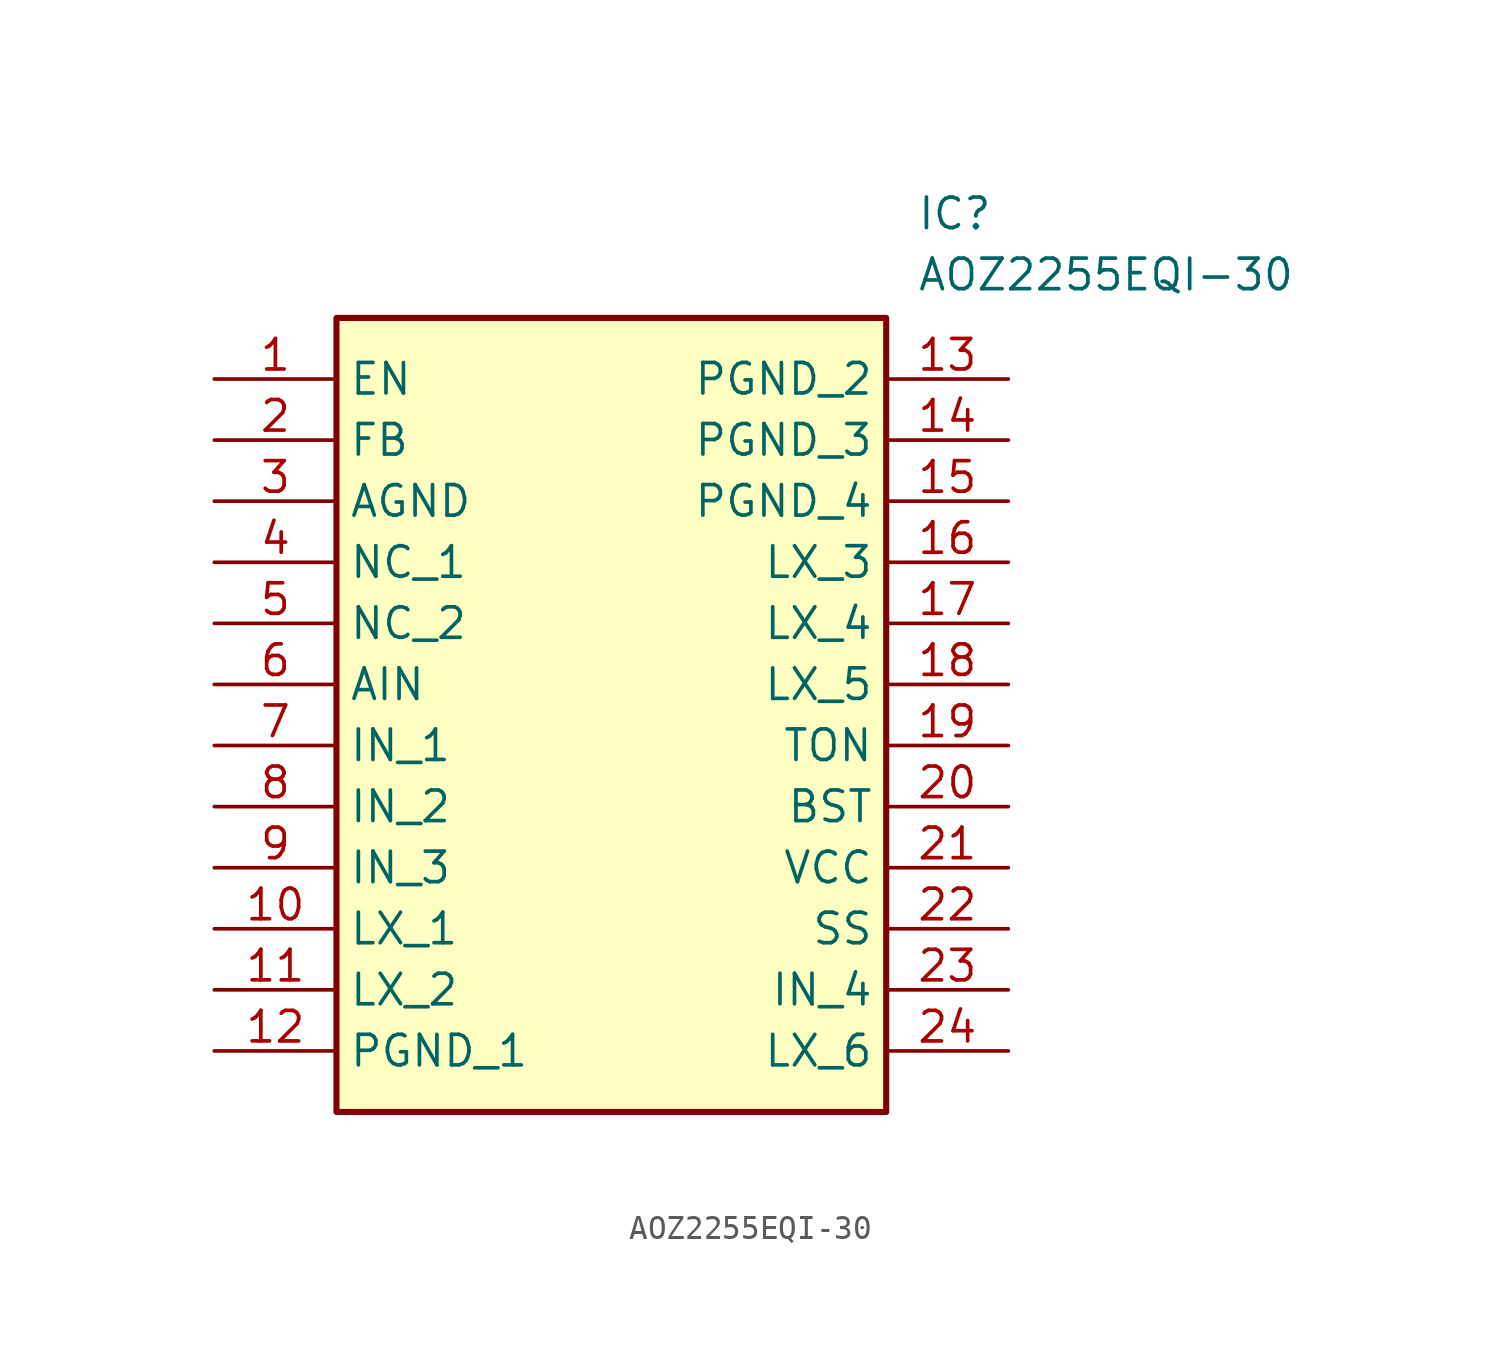
<source format=kicad_sym>
(kicad_symbol_lib
  (version 20211014)
  (generator SamacSys_ECAD_Model)
  (symbol "AOZ2255EQI-30"
    (property "Reference" "IC"
      (at 29.21 7.62 0)
      (effects (font (size 1.27 1.27)) (justify left top)))
    (property "Value" "AOZ2255EQI-30"
      (at 29.21 5.08 0)
      (effects (font (size 1.27 1.27)) (justify left top)))
    (rectangle
      (start 5.08 2.54)
      (end 27.94 -30.48)
      (stroke (width 0.254) (type default))
      (fill (type background)))
    (pin passive line
      (at 0 0 0)
      (length 5.08)
      (name "EN" (effects (font (size 1.27 1.27))))
      (number "1" (effects (font (size 1.27 1.27)))))
    (pin passive line
      (at 0 -2.54 0)
      (length 5.08)
      (name "FB" (effects (font (size 1.27 1.27))))
      (number "2" (effects (font (size 1.27 1.27)))))
    (pin passive line
      (at 0 -5.08 0)
      (length 5.08)
      (name "AGND" (effects (font (size 1.27 1.27))))
      (number "3" (effects (font (size 1.27 1.27)))))
    (pin passive line
      (at 0 -7.62 0)
      (length 5.08)
      (name "NC_1" (effects (font (size 1.27 1.27))))
      (number "4" (effects (font (size 1.27 1.27)))))
    (pin passive line
      (at 0 -10.16 0)
      (length 5.08)
      (name "NC_2" (effects (font (size 1.27 1.27))))
      (number "5" (effects (font (size 1.27 1.27)))))
    (pin passive line
      (at 0 -12.7 0)
      (length 5.08)
      (name "AIN" (effects (font (size 1.27 1.27))))
      (number "6" (effects (font (size 1.27 1.27)))))
    (pin passive line
      (at 0 -15.24 0)
      (length 5.08)
      (name "IN_1" (effects (font (size 1.27 1.27))))
      (number "7" (effects (font (size 1.27 1.27)))))
    (pin passive line
      (at 0 -17.78 0)
      (length 5.08)
      (name "IN_2" (effects (font (size 1.27 1.27))))
      (number "8" (effects (font (size 1.27 1.27)))))
    (pin passive line
      (at 0 -20.32 0)
      (length 5.08)
      (name "IN_3" (effects (font (size 1.27 1.27))))
      (number "9" (effects (font (size 1.27 1.27)))))
    (pin passive line
      (at 0 -22.86 0)
      (length 5.08)
      (name "LX_1" (effects (font (size 1.27 1.27))))
      (number "10" (effects (font (size 1.27 1.27)))))
    (pin passive line
      (at 0 -25.4 0)
      (length 5.08)
      (name "LX_2" (effects (font (size 1.27 1.27))))
      (number "11" (effects (font (size 1.27 1.27)))))
    (pin passive line
      (at 0 -27.94 0)
      (length 5.08)
      (name "PGND_1" (effects (font (size 1.27 1.27))))
      (number "12" (effects (font (size 1.27 1.27)))))
    (pin passive line
      (at 33.02 0 180)
      (length 5.08)
      (name "PGND_2" (effects (font (size 1.27 1.27))))
      (number "13" (effects (font (size 1.27 1.27)))))
    (pin passive line
      (at 33.02 -2.54 180)
      (length 5.08)
      (name "PGND_3" (effects (font (size 1.27 1.27))))
      (number "14" (effects (font (size 1.27 1.27)))))
    (pin passive line
      (at 33.02 -5.08 180)
      (length 5.08)
      (name "PGND_4" (effects (font (size 1.27 1.27))))
      (number "15" (effects (font (size 1.27 1.27)))))
    (pin passive line
      (at 33.02 -7.62 180)
      (length 5.08)
      (name "LX_3" (effects (font (size 1.27 1.27))))
      (number "16" (effects (font (size 1.27 1.27)))))
    (pin passive line
      (at 33.02 -10.16 180)
      (length 5.08)
      (name "LX_4" (effects (font (size 1.27 1.27))))
      (number "17" (effects (font (size 1.27 1.27)))))
    (pin passive line
      (at 33.02 -12.7 180)
      (length 5.08)
      (name "LX_5" (effects (font (size 1.27 1.27))))
      (number "18" (effects (font (size 1.27 1.27)))))
    (pin passive line
      (at 33.02 -15.24 180)
      (length 5.08)
      (name "TON" (effects (font (size 1.27 1.27))))
      (number "19" (effects (font (size 1.27 1.27)))))
    (pin passive line
      (at 33.02 -17.78 180)
      (length 5.08)
      (name "BST" (effects (font (size 1.27 1.27))))
      (number "20" (effects (font (size 1.27 1.27)))))
    (pin passive line
      (at 33.02 -20.32 180)
      (length 5.08)
      (name "VCC" (effects (font (size 1.27 1.27))))
      (number "21" (effects (font (size 1.27 1.27)))))
    (pin passive line
      (at 33.02 -22.86 180)
      (length 5.08)
      (name "SS" (effects (font (size 1.27 1.27))))
      (number "22" (effects (font (size 1.27 1.27)))))
    (pin passive line
      (at 33.02 -25.4 180)
      (length 5.08)
      (name "IN_4" (effects (font (size 1.27 1.27))))
      (number "23" (effects (font (size 1.27 1.27)))))
    (pin passive line
      (at 33.02 -27.94 180)
      (length 5.08)
      (name "LX_6" (effects (font (size 1.27 1.27))))
      (number "24" (effects (font (size 1.27 1.27)))))))
</source>
